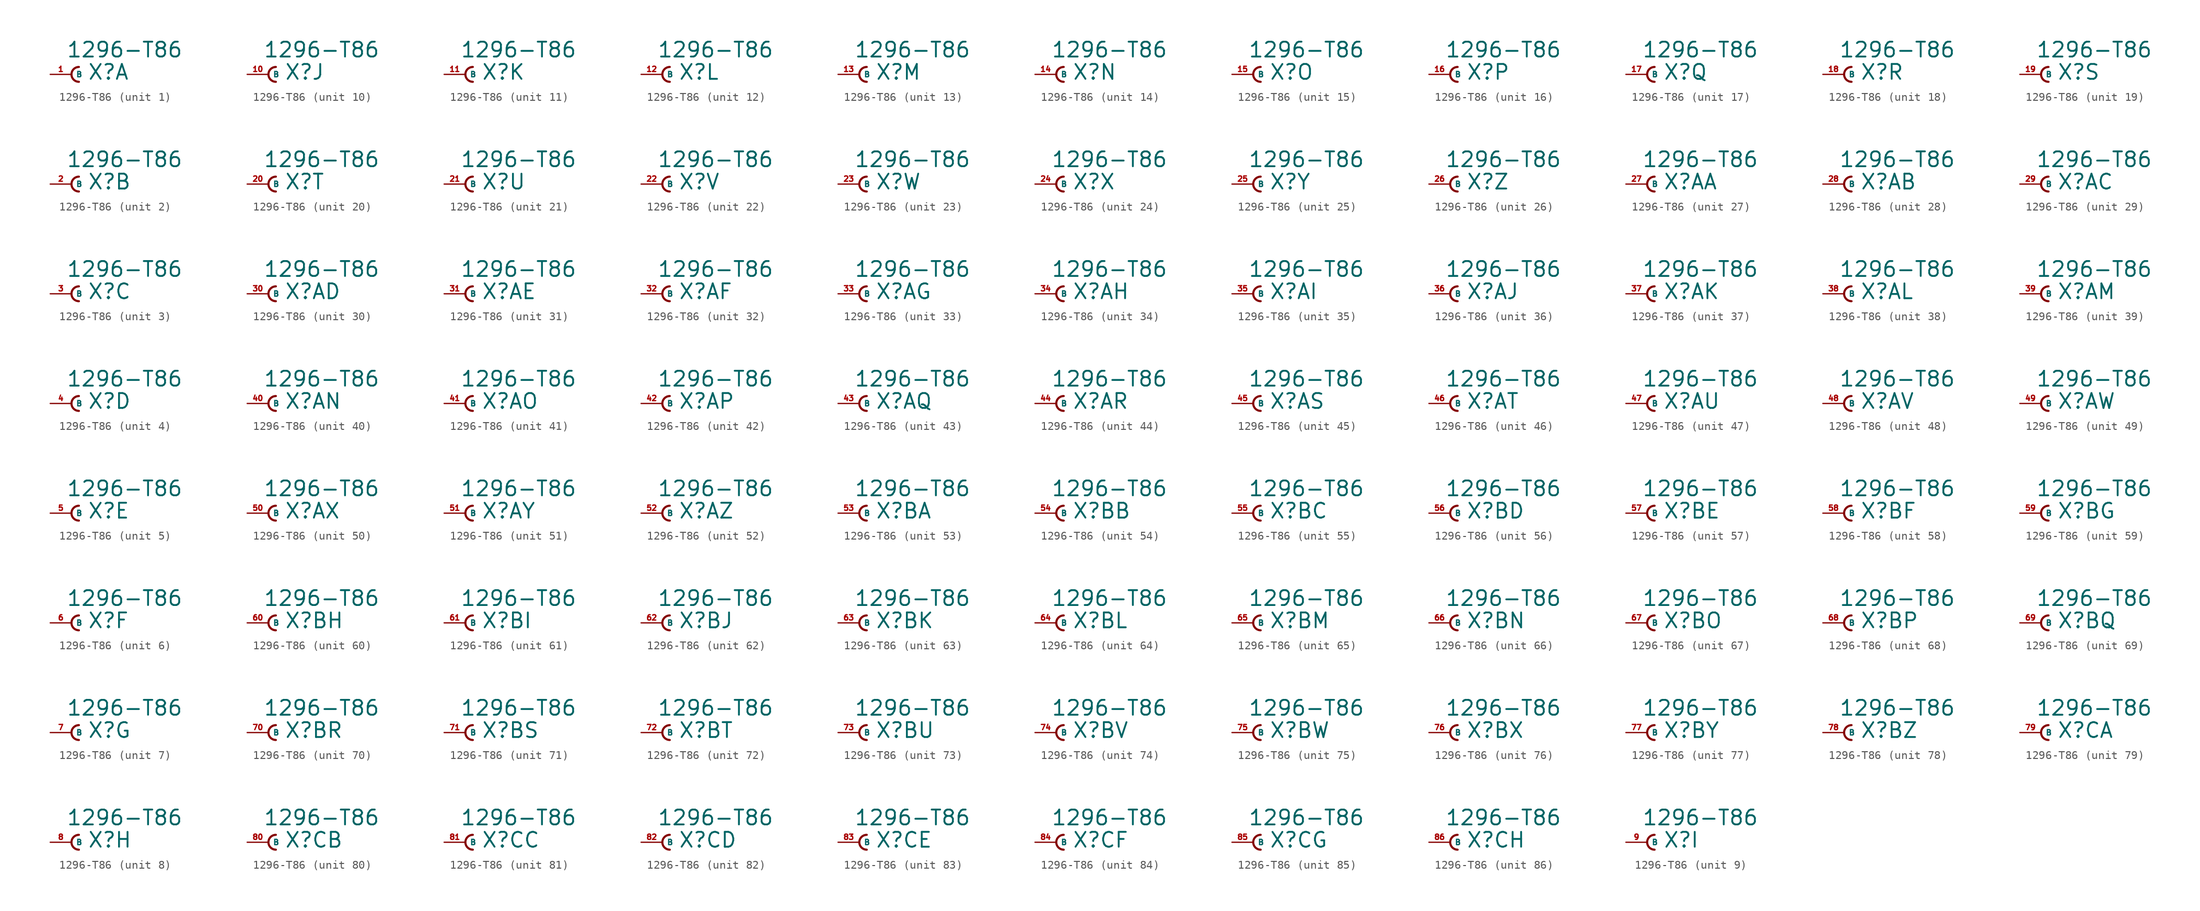
<source format=kicad_sym>
(kicad_symbol_lib
  (version 20220914)
  (generator Eagle2Kicad)
  (symbol "1296-T86"
    (property "Reference" "X"
      (at 1.905 -0.762 0)
      (effects (font (size 1.778 1.778) (thickness 0.22)) (justify left bottom)))
    (property "Value" "1296-T86"
      (at -0.635 1.905 0)
      (effects (font (size 1.778 1.778) (thickness 0.22)) (justify left bottom)))
    (symbol "1296-T86_1_0"
      (arc (start 0.889 0.889) (mid 0.000 0.000) (end 0.889 -0.889) (stroke (width 0.254) (type default)) (fill (type none)))
      (pin passive line (at -2.54 0 0) (length 2.54) (name "B" (effects (font (size 0.635 0.635) (thickness 0.08)) (justify left bottom))) (number "1" (effects (font (size 0.635 0.635) (thickness 0.08)) (justify left bottom)))))
    (symbol "1296-T86_2_0"
      (arc (start 0.889 0.889) (mid 0.000 0.000) (end 0.889 -0.889) (stroke (width 0.254) (type default)) (fill (type none)))
      (pin passive line (at -2.54 0 0) (length 2.54) (name "B" (effects (font (size 0.635 0.635) (thickness 0.08)) (justify left bottom))) (number "2" (effects (font (size 0.635 0.635) (thickness 0.08)) (justify left bottom)))))
    (symbol "1296-T86_3_0"
      (arc (start 0.889 0.889) (mid 0.000 0.000) (end 0.889 -0.889) (stroke (width 0.254) (type default)) (fill (type none)))
      (pin passive line (at -2.54 0 0) (length 2.54) (name "B" (effects (font (size 0.635 0.635) (thickness 0.08)) (justify left bottom))) (number "3" (effects (font (size 0.635 0.635) (thickness 0.08)) (justify left bottom)))))
    (symbol "1296-T86_4_0"
      (arc (start 0.889 0.889) (mid 0.000 0.000) (end 0.889 -0.889) (stroke (width 0.254) (type default)) (fill (type none)))
      (pin passive line (at -2.54 0 0) (length 2.54) (name "B" (effects (font (size 0.635 0.635) (thickness 0.08)) (justify left bottom))) (number "4" (effects (font (size 0.635 0.635) (thickness 0.08)) (justify left bottom)))))
    (symbol "1296-T86_5_0"
      (arc (start 0.889 0.889) (mid 0.000 0.000) (end 0.889 -0.889) (stroke (width 0.254) (type default)) (fill (type none)))
      (pin passive line (at -2.54 0 0) (length 2.54) (name "B" (effects (font (size 0.635 0.635) (thickness 0.08)) (justify left bottom))) (number "5" (effects (font (size 0.635 0.635) (thickness 0.08)) (justify left bottom)))))
    (symbol "1296-T86_6_0"
      (arc (start 0.889 0.889) (mid 0.000 0.000) (end 0.889 -0.889) (stroke (width 0.254) (type default)) (fill (type none)))
      (pin passive line (at -2.54 0 0) (length 2.54) (name "B" (effects (font (size 0.635 0.635) (thickness 0.08)) (justify left bottom))) (number "6" (effects (font (size 0.635 0.635) (thickness 0.08)) (justify left bottom)))))
    (symbol "1296-T86_7_0"
      (arc (start 0.889 0.889) (mid 0.000 0.000) (end 0.889 -0.889) (stroke (width 0.254) (type default)) (fill (type none)))
      (pin passive line (at -2.54 0 0) (length 2.54) (name "B" (effects (font (size 0.635 0.635) (thickness 0.08)) (justify left bottom))) (number "7" (effects (font (size 0.635 0.635) (thickness 0.08)) (justify left bottom)))))
    (symbol "1296-T86_8_0"
      (arc (start 0.889 0.889) (mid 0.000 0.000) (end 0.889 -0.889) (stroke (width 0.254) (type default)) (fill (type none)))
      (pin passive line (at -2.54 0 0) (length 2.54) (name "B" (effects (font (size 0.635 0.635) (thickness 0.08)) (justify left bottom))) (number "8" (effects (font (size 0.635 0.635) (thickness 0.08)) (justify left bottom)))))
    (symbol "1296-T86_9_0"
      (arc (start 0.889 0.889) (mid 0.000 0.000) (end 0.889 -0.889) (stroke (width 0.254) (type default)) (fill (type none)))
      (pin passive line (at -2.54 0 0) (length 2.54) (name "B" (effects (font (size 0.635 0.635) (thickness 0.08)) (justify left bottom))) (number "9" (effects (font (size 0.635 0.635) (thickness 0.08)) (justify left bottom)))))
    (symbol "1296-T86_10_0"
      (arc (start 0.889 0.889) (mid 0.000 0.000) (end 0.889 -0.889) (stroke (width 0.254) (type default)) (fill (type none)))
      (pin passive line (at -2.54 0 0) (length 2.54) (name "B" (effects (font (size 0.635 0.635) (thickness 0.08)) (justify left bottom))) (number "10" (effects (font (size 0.635 0.635) (thickness 0.08)) (justify left bottom)))))
    (symbol "1296-T86_11_0"
      (arc (start 0.889 0.889) (mid 0.000 0.000) (end 0.889 -0.889) (stroke (width 0.254) (type default)) (fill (type none)))
      (pin passive line (at -2.54 0 0) (length 2.54) (name "B" (effects (font (size 0.635 0.635) (thickness 0.08)) (justify left bottom))) (number "11" (effects (font (size 0.635 0.635) (thickness 0.08)) (justify left bottom)))))
    (symbol "1296-T86_12_0"
      (arc (start 0.889 0.889) (mid 0.000 0.000) (end 0.889 -0.889) (stroke (width 0.254) (type default)) (fill (type none)))
      (pin passive line (at -2.54 0 0) (length 2.54) (name "B" (effects (font (size 0.635 0.635) (thickness 0.08)) (justify left bottom))) (number "12" (effects (font (size 0.635 0.635) (thickness 0.08)) (justify left bottom)))))
    (symbol "1296-T86_13_0"
      (arc (start 0.889 0.889) (mid 0.000 0.000) (end 0.889 -0.889) (stroke (width 0.254) (type default)) (fill (type none)))
      (pin passive line (at -2.54 0 0) (length 2.54) (name "B" (effects (font (size 0.635 0.635) (thickness 0.08)) (justify left bottom))) (number "13" (effects (font (size 0.635 0.635) (thickness 0.08)) (justify left bottom)))))
    (symbol "1296-T86_14_0"
      (arc (start 0.889 0.889) (mid 0.000 0.000) (end 0.889 -0.889) (stroke (width 0.254) (type default)) (fill (type none)))
      (pin passive line (at -2.54 0 0) (length 2.54) (name "B" (effects (font (size 0.635 0.635) (thickness 0.08)) (justify left bottom))) (number "14" (effects (font (size 0.635 0.635) (thickness 0.08)) (justify left bottom)))))
    (symbol "1296-T86_15_0"
      (arc (start 0.889 0.889) (mid 0.000 0.000) (end 0.889 -0.889) (stroke (width 0.254) (type default)) (fill (type none)))
      (pin passive line (at -2.54 0 0) (length 2.54) (name "B" (effects (font (size 0.635 0.635) (thickness 0.08)) (justify left bottom))) (number "15" (effects (font (size 0.635 0.635) (thickness 0.08)) (justify left bottom)))))
    (symbol "1296-T86_16_0"
      (arc (start 0.889 0.889) (mid 0.000 0.000) (end 0.889 -0.889) (stroke (width 0.254) (type default)) (fill (type none)))
      (pin passive line (at -2.54 0 0) (length 2.54) (name "B" (effects (font (size 0.635 0.635) (thickness 0.08)) (justify left bottom))) (number "16" (effects (font (size 0.635 0.635) (thickness 0.08)) (justify left bottom)))))
    (symbol "1296-T86_17_0"
      (arc (start 0.889 0.889) (mid 0.000 0.000) (end 0.889 -0.889) (stroke (width 0.254) (type default)) (fill (type none)))
      (pin passive line (at -2.54 0 0) (length 2.54) (name "B" (effects (font (size 0.635 0.635) (thickness 0.08)) (justify left bottom))) (number "17" (effects (font (size 0.635 0.635) (thickness 0.08)) (justify left bottom)))))
    (symbol "1296-T86_18_0"
      (arc (start 0.889 0.889) (mid 0.000 0.000) (end 0.889 -0.889) (stroke (width 0.254) (type default)) (fill (type none)))
      (pin passive line (at -2.54 0 0) (length 2.54) (name "B" (effects (font (size 0.635 0.635) (thickness 0.08)) (justify left bottom))) (number "18" (effects (font (size 0.635 0.635) (thickness 0.08)) (justify left bottom)))))
    (symbol "1296-T86_19_0"
      (arc (start 0.889 0.889) (mid 0.000 0.000) (end 0.889 -0.889) (stroke (width 0.254) (type default)) (fill (type none)))
      (pin passive line (at -2.54 0 0) (length 2.54) (name "B" (effects (font (size 0.635 0.635) (thickness 0.08)) (justify left bottom))) (number "19" (effects (font (size 0.635 0.635) (thickness 0.08)) (justify left bottom)))))
    (symbol "1296-T86_20_0"
      (arc (start 0.889 0.889) (mid 0.000 0.000) (end 0.889 -0.889) (stroke (width 0.254) (type default)) (fill (type none)))
      (pin passive line (at -2.54 0 0) (length 2.54) (name "B" (effects (font (size 0.635 0.635) (thickness 0.08)) (justify left bottom))) (number "20" (effects (font (size 0.635 0.635) (thickness 0.08)) (justify left bottom)))))
    (symbol "1296-T86_21_0"
      (arc (start 0.889 0.889) (mid 0.000 0.000) (end 0.889 -0.889) (stroke (width 0.254) (type default)) (fill (type none)))
      (pin passive line (at -2.54 0 0) (length 2.54) (name "B" (effects (font (size 0.635 0.635) (thickness 0.08)) (justify left bottom))) (number "21" (effects (font (size 0.635 0.635) (thickness 0.08)) (justify left bottom)))))
    (symbol "1296-T86_22_0"
      (arc (start 0.889 0.889) (mid 0.000 0.000) (end 0.889 -0.889) (stroke (width 0.254) (type default)) (fill (type none)))
      (pin passive line (at -2.54 0 0) (length 2.54) (name "B" (effects (font (size 0.635 0.635) (thickness 0.08)) (justify left bottom))) (number "22" (effects (font (size 0.635 0.635) (thickness 0.08)) (justify left bottom)))))
    (symbol "1296-T86_23_0"
      (arc (start 0.889 0.889) (mid 0.000 0.000) (end 0.889 -0.889) (stroke (width 0.254) (type default)) (fill (type none)))
      (pin passive line (at -2.54 0 0) (length 2.54) (name "B" (effects (font (size 0.635 0.635) (thickness 0.08)) (justify left bottom))) (number "23" (effects (font (size 0.635 0.635) (thickness 0.08)) (justify left bottom)))))
    (symbol "1296-T86_24_0"
      (arc (start 0.889 0.889) (mid 0.000 0.000) (end 0.889 -0.889) (stroke (width 0.254) (type default)) (fill (type none)))
      (pin passive line (at -2.54 0 0) (length 2.54) (name "B" (effects (font (size 0.635 0.635) (thickness 0.08)) (justify left bottom))) (number "24" (effects (font (size 0.635 0.635) (thickness 0.08)) (justify left bottom)))))
    (symbol "1296-T86_25_0"
      (arc (start 0.889 0.889) (mid 0.000 0.000) (end 0.889 -0.889) (stroke (width 0.254) (type default)) (fill (type none)))
      (pin passive line (at -2.54 0 0) (length 2.54) (name "B" (effects (font (size 0.635 0.635) (thickness 0.08)) (justify left bottom))) (number "25" (effects (font (size 0.635 0.635) (thickness 0.08)) (justify left bottom)))))
    (symbol "1296-T86_26_0"
      (arc (start 0.889 0.889) (mid 0.000 0.000) (end 0.889 -0.889) (stroke (width 0.254) (type default)) (fill (type none)))
      (pin passive line (at -2.54 0 0) (length 2.54) (name "B" (effects (font (size 0.635 0.635) (thickness 0.08)) (justify left bottom))) (number "26" (effects (font (size 0.635 0.635) (thickness 0.08)) (justify left bottom)))))
    (symbol "1296-T86_27_0"
      (arc (start 0.889 0.889) (mid 0.000 0.000) (end 0.889 -0.889) (stroke (width 0.254) (type default)) (fill (type none)))
      (pin passive line (at -2.54 0 0) (length 2.54) (name "B" (effects (font (size 0.635 0.635) (thickness 0.08)) (justify left bottom))) (number "27" (effects (font (size 0.635 0.635) (thickness 0.08)) (justify left bottom)))))
    (symbol "1296-T86_28_0"
      (arc (start 0.889 0.889) (mid 0.000 0.000) (end 0.889 -0.889) (stroke (width 0.254) (type default)) (fill (type none)))
      (pin passive line (at -2.54 0 0) (length 2.54) (name "B" (effects (font (size 0.635 0.635) (thickness 0.08)) (justify left bottom))) (number "28" (effects (font (size 0.635 0.635) (thickness 0.08)) (justify left bottom)))))
    (symbol "1296-T86_29_0"
      (arc (start 0.889 0.889) (mid 0.000 0.000) (end 0.889 -0.889) (stroke (width 0.254) (type default)) (fill (type none)))
      (pin passive line (at -2.54 0 0) (length 2.54) (name "B" (effects (font (size 0.635 0.635) (thickness 0.08)) (justify left bottom))) (number "29" (effects (font (size 0.635 0.635) (thickness 0.08)) (justify left bottom)))))
    (symbol "1296-T86_30_0"
      (arc (start 0.889 0.889) (mid 0.000 0.000) (end 0.889 -0.889) (stroke (width 0.254) (type default)) (fill (type none)))
      (pin passive line (at -2.54 0 0) (length 2.54) (name "B" (effects (font (size 0.635 0.635) (thickness 0.08)) (justify left bottom))) (number "30" (effects (font (size 0.635 0.635) (thickness 0.08)) (justify left bottom)))))
    (symbol "1296-T86_31_0"
      (arc (start 0.889 0.889) (mid 0.000 0.000) (end 0.889 -0.889) (stroke (width 0.254) (type default)) (fill (type none)))
      (pin passive line (at -2.54 0 0) (length 2.54) (name "B" (effects (font (size 0.635 0.635) (thickness 0.08)) (justify left bottom))) (number "31" (effects (font (size 0.635 0.635) (thickness 0.08)) (justify left bottom)))))
    (symbol "1296-T86_32_0"
      (arc (start 0.889 0.889) (mid 0.000 0.000) (end 0.889 -0.889) (stroke (width 0.254) (type default)) (fill (type none)))
      (pin passive line (at -2.54 0 0) (length 2.54) (name "B" (effects (font (size 0.635 0.635) (thickness 0.08)) (justify left bottom))) (number "32" (effects (font (size 0.635 0.635) (thickness 0.08)) (justify left bottom)))))
    (symbol "1296-T86_33_0"
      (arc (start 0.889 0.889) (mid 0.000 0.000) (end 0.889 -0.889) (stroke (width 0.254) (type default)) (fill (type none)))
      (pin passive line (at -2.54 0 0) (length 2.54) (name "B" (effects (font (size 0.635 0.635) (thickness 0.08)) (justify left bottom))) (number "33" (effects (font (size 0.635 0.635) (thickness 0.08)) (justify left bottom)))))
    (symbol "1296-T86_34_0"
      (arc (start 0.889 0.889) (mid 0.000 0.000) (end 0.889 -0.889) (stroke (width 0.254) (type default)) (fill (type none)))
      (pin passive line (at -2.54 0 0) (length 2.54) (name "B" (effects (font (size 0.635 0.635) (thickness 0.08)) (justify left bottom))) (number "34" (effects (font (size 0.635 0.635) (thickness 0.08)) (justify left bottom)))))
    (symbol "1296-T86_35_0"
      (arc (start 0.889 0.889) (mid 0.000 0.000) (end 0.889 -0.889) (stroke (width 0.254) (type default)) (fill (type none)))
      (pin passive line (at -2.54 0 0) (length 2.54) (name "B" (effects (font (size 0.635 0.635) (thickness 0.08)) (justify left bottom))) (number "35" (effects (font (size 0.635 0.635) (thickness 0.08)) (justify left bottom)))))
    (symbol "1296-T86_36_0"
      (arc (start 0.889 0.889) (mid 0.000 0.000) (end 0.889 -0.889) (stroke (width 0.254) (type default)) (fill (type none)))
      (pin passive line (at -2.54 0 0) (length 2.54) (name "B" (effects (font (size 0.635 0.635) (thickness 0.08)) (justify left bottom))) (number "36" (effects (font (size 0.635 0.635) (thickness 0.08)) (justify left bottom)))))
    (symbol "1296-T86_37_0"
      (arc (start 0.889 0.889) (mid 0.000 0.000) (end 0.889 -0.889) (stroke (width 0.254) (type default)) (fill (type none)))
      (pin passive line (at -2.54 0 0) (length 2.54) (name "B" (effects (font (size 0.635 0.635) (thickness 0.08)) (justify left bottom))) (number "37" (effects (font (size 0.635 0.635) (thickness 0.08)) (justify left bottom)))))
    (symbol "1296-T86_38_0"
      (arc (start 0.889 0.889) (mid 0.000 0.000) (end 0.889 -0.889) (stroke (width 0.254) (type default)) (fill (type none)))
      (pin passive line (at -2.54 0 0) (length 2.54) (name "B" (effects (font (size 0.635 0.635) (thickness 0.08)) (justify left bottom))) (number "38" (effects (font (size 0.635 0.635) (thickness 0.08)) (justify left bottom)))))
    (symbol "1296-T86_39_0"
      (arc (start 0.889 0.889) (mid 0.000 0.000) (end 0.889 -0.889) (stroke (width 0.254) (type default)) (fill (type none)))
      (pin passive line (at -2.54 0 0) (length 2.54) (name "B" (effects (font (size 0.635 0.635) (thickness 0.08)) (justify left bottom))) (number "39" (effects (font (size 0.635 0.635) (thickness 0.08)) (justify left bottom)))))
    (symbol "1296-T86_40_0"
      (arc (start 0.889 0.889) (mid 0.000 0.000) (end 0.889 -0.889) (stroke (width 0.254) (type default)) (fill (type none)))
      (pin passive line (at -2.54 0 0) (length 2.54) (name "B" (effects (font (size 0.635 0.635) (thickness 0.08)) (justify left bottom))) (number "40" (effects (font (size 0.635 0.635) (thickness 0.08)) (justify left bottom)))))
    (symbol "1296-T86_41_0"
      (arc (start 0.889 0.889) (mid 0.000 0.000) (end 0.889 -0.889) (stroke (width 0.254) (type default)) (fill (type none)))
      (pin passive line (at -2.54 0 0) (length 2.54) (name "B" (effects (font (size 0.635 0.635) (thickness 0.08)) (justify left bottom))) (number "41" (effects (font (size 0.635 0.635) (thickness 0.08)) (justify left bottom)))))
    (symbol "1296-T86_42_0"
      (arc (start 0.889 0.889) (mid 0.000 0.000) (end 0.889 -0.889) (stroke (width 0.254) (type default)) (fill (type none)))
      (pin passive line (at -2.54 0 0) (length 2.54) (name "B" (effects (font (size 0.635 0.635) (thickness 0.08)) (justify left bottom))) (number "42" (effects (font (size 0.635 0.635) (thickness 0.08)) (justify left bottom)))))
    (symbol "1296-T86_43_0"
      (arc (start 0.889 0.889) (mid 0.000 0.000) (end 0.889 -0.889) (stroke (width 0.254) (type default)) (fill (type none)))
      (pin passive line (at -2.54 0 0) (length 2.54) (name "B" (effects (font (size 0.635 0.635) (thickness 0.08)) (justify left bottom))) (number "43" (effects (font (size 0.635 0.635) (thickness 0.08)) (justify left bottom)))))
    (symbol "1296-T86_44_0"
      (arc (start 0.889 0.889) (mid 0.000 0.000) (end 0.889 -0.889) (stroke (width 0.254) (type default)) (fill (type none)))
      (pin passive line (at -2.54 0 0) (length 2.54) (name "B" (effects (font (size 0.635 0.635) (thickness 0.08)) (justify left bottom))) (number "44" (effects (font (size 0.635 0.635) (thickness 0.08)) (justify left bottom)))))
    (symbol "1296-T86_45_0"
      (arc (start 0.889 0.889) (mid 0.000 0.000) (end 0.889 -0.889) (stroke (width 0.254) (type default)) (fill (type none)))
      (pin passive line (at -2.54 0 0) (length 2.54) (name "B" (effects (font (size 0.635 0.635) (thickness 0.08)) (justify left bottom))) (number "45" (effects (font (size 0.635 0.635) (thickness 0.08)) (justify left bottom)))))
    (symbol "1296-T86_46_0"
      (arc (start 0.889 0.889) (mid 0.000 0.000) (end 0.889 -0.889) (stroke (width 0.254) (type default)) (fill (type none)))
      (pin passive line (at -2.54 0 0) (length 2.54) (name "B" (effects (font (size 0.635 0.635) (thickness 0.08)) (justify left bottom))) (number "46" (effects (font (size 0.635 0.635) (thickness 0.08)) (justify left bottom)))))
    (symbol "1296-T86_47_0"
      (arc (start 0.889 0.889) (mid 0.000 0.000) (end 0.889 -0.889) (stroke (width 0.254) (type default)) (fill (type none)))
      (pin passive line (at -2.54 0 0) (length 2.54) (name "B" (effects (font (size 0.635 0.635) (thickness 0.08)) (justify left bottom))) (number "47" (effects (font (size 0.635 0.635) (thickness 0.08)) (justify left bottom)))))
    (symbol "1296-T86_48_0"
      (arc (start 0.889 0.889) (mid 0.000 0.000) (end 0.889 -0.889) (stroke (width 0.254) (type default)) (fill (type none)))
      (pin passive line (at -2.54 0 0) (length 2.54) (name "B" (effects (font (size 0.635 0.635) (thickness 0.08)) (justify left bottom))) (number "48" (effects (font (size 0.635 0.635) (thickness 0.08)) (justify left bottom)))))
    (symbol "1296-T86_49_0"
      (arc (start 0.889 0.889) (mid 0.000 0.000) (end 0.889 -0.889) (stroke (width 0.254) (type default)) (fill (type none)))
      (pin passive line (at -2.54 0 0) (length 2.54) (name "B" (effects (font (size 0.635 0.635) (thickness 0.08)) (justify left bottom))) (number "49" (effects (font (size 0.635 0.635) (thickness 0.08)) (justify left bottom)))))
    (symbol "1296-T86_50_0"
      (arc (start 0.889 0.889) (mid 0.000 0.000) (end 0.889 -0.889) (stroke (width 0.254) (type default)) (fill (type none)))
      (pin passive line (at -2.54 0 0) (length 2.54) (name "B" (effects (font (size 0.635 0.635) (thickness 0.08)) (justify left bottom))) (number "50" (effects (font (size 0.635 0.635) (thickness 0.08)) (justify left bottom)))))
    (symbol "1296-T86_51_0"
      (arc (start 0.889 0.889) (mid 0.000 0.000) (end 0.889 -0.889) (stroke (width 0.254) (type default)) (fill (type none)))
      (pin passive line (at -2.54 0 0) (length 2.54) (name "B" (effects (font (size 0.635 0.635) (thickness 0.08)) (justify left bottom))) (number "51" (effects (font (size 0.635 0.635) (thickness 0.08)) (justify left bottom)))))
    (symbol "1296-T86_52_0"
      (arc (start 0.889 0.889) (mid 0.000 0.000) (end 0.889 -0.889) (stroke (width 0.254) (type default)) (fill (type none)))
      (pin passive line (at -2.54 0 0) (length 2.54) (name "B" (effects (font (size 0.635 0.635) (thickness 0.08)) (justify left bottom))) (number "52" (effects (font (size 0.635 0.635) (thickness 0.08)) (justify left bottom)))))
    (symbol "1296-T86_53_0"
      (arc (start 0.889 0.889) (mid 0.000 0.000) (end 0.889 -0.889) (stroke (width 0.254) (type default)) (fill (type none)))
      (pin passive line (at -2.54 0 0) (length 2.54) (name "B" (effects (font (size 0.635 0.635) (thickness 0.08)) (justify left bottom))) (number "53" (effects (font (size 0.635 0.635) (thickness 0.08)) (justify left bottom)))))
    (symbol "1296-T86_54_0"
      (arc (start 0.889 0.889) (mid 0.000 0.000) (end 0.889 -0.889) (stroke (width 0.254) (type default)) (fill (type none)))
      (pin passive line (at -2.54 0 0) (length 2.54) (name "B" (effects (font (size 0.635 0.635) (thickness 0.08)) (justify left bottom))) (number "54" (effects (font (size 0.635 0.635) (thickness 0.08)) (justify left bottom)))))
    (symbol "1296-T86_55_0"
      (arc (start 0.889 0.889) (mid 0.000 0.000) (end 0.889 -0.889) (stroke (width 0.254) (type default)) (fill (type none)))
      (pin passive line (at -2.54 0 0) (length 2.54) (name "B" (effects (font (size 0.635 0.635) (thickness 0.08)) (justify left bottom))) (number "55" (effects (font (size 0.635 0.635) (thickness 0.08)) (justify left bottom)))))
    (symbol "1296-T86_56_0"
      (arc (start 0.889 0.889) (mid 0.000 0.000) (end 0.889 -0.889) (stroke (width 0.254) (type default)) (fill (type none)))
      (pin passive line (at -2.54 0 0) (length 2.54) (name "B" (effects (font (size 0.635 0.635) (thickness 0.08)) (justify left bottom))) (number "56" (effects (font (size 0.635 0.635) (thickness 0.08)) (justify left bottom)))))
    (symbol "1296-T86_57_0"
      (arc (start 0.889 0.889) (mid 0.000 0.000) (end 0.889 -0.889) (stroke (width 0.254) (type default)) (fill (type none)))
      (pin passive line (at -2.54 0 0) (length 2.54) (name "B" (effects (font (size 0.635 0.635) (thickness 0.08)) (justify left bottom))) (number "57" (effects (font (size 0.635 0.635) (thickness 0.08)) (justify left bottom)))))
    (symbol "1296-T86_58_0"
      (arc (start 0.889 0.889) (mid 0.000 0.000) (end 0.889 -0.889) (stroke (width 0.254) (type default)) (fill (type none)))
      (pin passive line (at -2.54 0 0) (length 2.54) (name "B" (effects (font (size 0.635 0.635) (thickness 0.08)) (justify left bottom))) (number "58" (effects (font (size 0.635 0.635) (thickness 0.08)) (justify left bottom)))))
    (symbol "1296-T86_59_0"
      (arc (start 0.889 0.889) (mid 0.000 0.000) (end 0.889 -0.889) (stroke (width 0.254) (type default)) (fill (type none)))
      (pin passive line (at -2.54 0 0) (length 2.54) (name "B" (effects (font (size 0.635 0.635) (thickness 0.08)) (justify left bottom))) (number "59" (effects (font (size 0.635 0.635) (thickness 0.08)) (justify left bottom)))))
    (symbol "1296-T86_60_0"
      (arc (start 0.889 0.889) (mid 0.000 0.000) (end 0.889 -0.889) (stroke (width 0.254) (type default)) (fill (type none)))
      (pin passive line (at -2.54 0 0) (length 2.54) (name "B" (effects (font (size 0.635 0.635) (thickness 0.08)) (justify left bottom))) (number "60" (effects (font (size 0.635 0.635) (thickness 0.08)) (justify left bottom)))))
    (symbol "1296-T86_61_0"
      (arc (start 0.889 0.889) (mid 0.000 0.000) (end 0.889 -0.889) (stroke (width 0.254) (type default)) (fill (type none)))
      (pin passive line (at -2.54 0 0) (length 2.54) (name "B" (effects (font (size 0.635 0.635) (thickness 0.08)) (justify left bottom))) (number "61" (effects (font (size 0.635 0.635) (thickness 0.08)) (justify left bottom)))))
    (symbol "1296-T86_62_0"
      (arc (start 0.889 0.889) (mid 0.000 0.000) (end 0.889 -0.889) (stroke (width 0.254) (type default)) (fill (type none)))
      (pin passive line (at -2.54 0 0) (length 2.54) (name "B" (effects (font (size 0.635 0.635) (thickness 0.08)) (justify left bottom))) (number "62" (effects (font (size 0.635 0.635) (thickness 0.08)) (justify left bottom)))))
    (symbol "1296-T86_63_0"
      (arc (start 0.889 0.889) (mid 0.000 0.000) (end 0.889 -0.889) (stroke (width 0.254) (type default)) (fill (type none)))
      (pin passive line (at -2.54 0 0) (length 2.54) (name "B" (effects (font (size 0.635 0.635) (thickness 0.08)) (justify left bottom))) (number "63" (effects (font (size 0.635 0.635) (thickness 0.08)) (justify left bottom)))))
    (symbol "1296-T86_64_0"
      (arc (start 0.889 0.889) (mid 0.000 0.000) (end 0.889 -0.889) (stroke (width 0.254) (type default)) (fill (type none)))
      (pin passive line (at -2.54 0 0) (length 2.54) (name "B" (effects (font (size 0.635 0.635) (thickness 0.08)) (justify left bottom))) (number "64" (effects (font (size 0.635 0.635) (thickness 0.08)) (justify left bottom)))))
    (symbol "1296-T86_65_0"
      (arc (start 0.889 0.889) (mid 0.000 0.000) (end 0.889 -0.889) (stroke (width 0.254) (type default)) (fill (type none)))
      (pin passive line (at -2.54 0 0) (length 2.54) (name "B" (effects (font (size 0.635 0.635) (thickness 0.08)) (justify left bottom))) (number "65" (effects (font (size 0.635 0.635) (thickness 0.08)) (justify left bottom)))))
    (symbol "1296-T86_66_0"
      (arc (start 0.889 0.889) (mid 0.000 0.000) (end 0.889 -0.889) (stroke (width 0.254) (type default)) (fill (type none)))
      (pin passive line (at -2.54 0 0) (length 2.54) (name "B" (effects (font (size 0.635 0.635) (thickness 0.08)) (justify left bottom))) (number "66" (effects (font (size 0.635 0.635) (thickness 0.08)) (justify left bottom)))))
    (symbol "1296-T86_67_0"
      (arc (start 0.889 0.889) (mid 0.000 0.000) (end 0.889 -0.889) (stroke (width 0.254) (type default)) (fill (type none)))
      (pin passive line (at -2.54 0 0) (length 2.54) (name "B" (effects (font (size 0.635 0.635) (thickness 0.08)) (justify left bottom))) (number "67" (effects (font (size 0.635 0.635) (thickness 0.08)) (justify left bottom)))))
    (symbol "1296-T86_68_0"
      (arc (start 0.889 0.889) (mid 0.000 0.000) (end 0.889 -0.889) (stroke (width 0.254) (type default)) (fill (type none)))
      (pin passive line (at -2.54 0 0) (length 2.54) (name "B" (effects (font (size 0.635 0.635) (thickness 0.08)) (justify left bottom))) (number "68" (effects (font (size 0.635 0.635) (thickness 0.08)) (justify left bottom)))))
    (symbol "1296-T86_69_0"
      (arc (start 0.889 0.889) (mid 0.000 0.000) (end 0.889 -0.889) (stroke (width 0.254) (type default)) (fill (type none)))
      (pin passive line (at -2.54 0 0) (length 2.54) (name "B" (effects (font (size 0.635 0.635) (thickness 0.08)) (justify left bottom))) (number "69" (effects (font (size 0.635 0.635) (thickness 0.08)) (justify left bottom)))))
    (symbol "1296-T86_70_0"
      (arc (start 0.889 0.889) (mid 0.000 0.000) (end 0.889 -0.889) (stroke (width 0.254) (type default)) (fill (type none)))
      (pin passive line (at -2.54 0 0) (length 2.54) (name "B" (effects (font (size 0.635 0.635) (thickness 0.08)) (justify left bottom))) (number "70" (effects (font (size 0.635 0.635) (thickness 0.08)) (justify left bottom)))))
    (symbol "1296-T86_71_0"
      (arc (start 0.889 0.889) (mid 0.000 0.000) (end 0.889 -0.889) (stroke (width 0.254) (type default)) (fill (type none)))
      (pin passive line (at -2.54 0 0) (length 2.54) (name "B" (effects (font (size 0.635 0.635) (thickness 0.08)) (justify left bottom))) (number "71" (effects (font (size 0.635 0.635) (thickness 0.08)) (justify left bottom)))))
    (symbol "1296-T86_72_0"
      (arc (start 0.889 0.889) (mid 0.000 0.000) (end 0.889 -0.889) (stroke (width 0.254) (type default)) (fill (type none)))
      (pin passive line (at -2.54 0 0) (length 2.54) (name "B" (effects (font (size 0.635 0.635) (thickness 0.08)) (justify left bottom))) (number "72" (effects (font (size 0.635 0.635) (thickness 0.08)) (justify left bottom)))))
    (symbol "1296-T86_73_0"
      (arc (start 0.889 0.889) (mid 0.000 0.000) (end 0.889 -0.889) (stroke (width 0.254) (type default)) (fill (type none)))
      (pin passive line (at -2.54 0 0) (length 2.54) (name "B" (effects (font (size 0.635 0.635) (thickness 0.08)) (justify left bottom))) (number "73" (effects (font (size 0.635 0.635) (thickness 0.08)) (justify left bottom)))))
    (symbol "1296-T86_74_0"
      (arc (start 0.889 0.889) (mid 0.000 0.000) (end 0.889 -0.889) (stroke (width 0.254) (type default)) (fill (type none)))
      (pin passive line (at -2.54 0 0) (length 2.54) (name "B" (effects (font (size 0.635 0.635) (thickness 0.08)) (justify left bottom))) (number "74" (effects (font (size 0.635 0.635) (thickness 0.08)) (justify left bottom)))))
    (symbol "1296-T86_75_0"
      (arc (start 0.889 0.889) (mid 0.000 0.000) (end 0.889 -0.889) (stroke (width 0.254) (type default)) (fill (type none)))
      (pin passive line (at -2.54 0 0) (length 2.54) (name "B" (effects (font (size 0.635 0.635) (thickness 0.08)) (justify left bottom))) (number "75" (effects (font (size 0.635 0.635) (thickness 0.08)) (justify left bottom)))))
    (symbol "1296-T86_76_0"
      (arc (start 0.889 0.889) (mid 0.000 0.000) (end 0.889 -0.889) (stroke (width 0.254) (type default)) (fill (type none)))
      (pin passive line (at -2.54 0 0) (length 2.54) (name "B" (effects (font (size 0.635 0.635) (thickness 0.08)) (justify left bottom))) (number "76" (effects (font (size 0.635 0.635) (thickness 0.08)) (justify left bottom)))))
    (symbol "1296-T86_77_0"
      (arc (start 0.889 0.889) (mid 0.000 0.000) (end 0.889 -0.889) (stroke (width 0.254) (type default)) (fill (type none)))
      (pin passive line (at -2.54 0 0) (length 2.54) (name "B" (effects (font (size 0.635 0.635) (thickness 0.08)) (justify left bottom))) (number "77" (effects (font (size 0.635 0.635) (thickness 0.08)) (justify left bottom)))))
    (symbol "1296-T86_78_0"
      (arc (start 0.889 0.889) (mid 0.000 0.000) (end 0.889 -0.889) (stroke (width 0.254) (type default)) (fill (type none)))
      (pin passive line (at -2.54 0 0) (length 2.54) (name "B" (effects (font (size 0.635 0.635) (thickness 0.08)) (justify left bottom))) (number "78" (effects (font (size 0.635 0.635) (thickness 0.08)) (justify left bottom)))))
    (symbol "1296-T86_79_0"
      (arc (start 0.889 0.889) (mid 0.000 0.000) (end 0.889 -0.889) (stroke (width 0.254) (type default)) (fill (type none)))
      (pin passive line (at -2.54 0 0) (length 2.54) (name "B" (effects (font (size 0.635 0.635) (thickness 0.08)) (justify left bottom))) (number "79" (effects (font (size 0.635 0.635) (thickness 0.08)) (justify left bottom)))))
    (symbol "1296-T86_80_0"
      (arc (start 0.889 0.889) (mid 0.000 0.000) (end 0.889 -0.889) (stroke (width 0.254) (type default)) (fill (type none)))
      (pin passive line (at -2.54 0 0) (length 2.54) (name "B" (effects (font (size 0.635 0.635) (thickness 0.08)) (justify left bottom))) (number "80" (effects (font (size 0.635 0.635) (thickness 0.08)) (justify left bottom)))))
    (symbol "1296-T86_81_0"
      (arc (start 0.889 0.889) (mid 0.000 0.000) (end 0.889 -0.889) (stroke (width 0.254) (type default)) (fill (type none)))
      (pin passive line (at -2.54 0 0) (length 2.54) (name "B" (effects (font (size 0.635 0.635) (thickness 0.08)) (justify left bottom))) (number "81" (effects (font (size 0.635 0.635) (thickness 0.08)) (justify left bottom)))))
    (symbol "1296-T86_82_0"
      (arc (start 0.889 0.889) (mid 0.000 0.000) (end 0.889 -0.889) (stroke (width 0.254) (type default)) (fill (type none)))
      (pin passive line (at -2.54 0 0) (length 2.54) (name "B" (effects (font (size 0.635 0.635) (thickness 0.08)) (justify left bottom))) (number "82" (effects (font (size 0.635 0.635) (thickness 0.08)) (justify left bottom)))))
    (symbol "1296-T86_83_0"
      (arc (start 0.889 0.889) (mid 0.000 0.000) (end 0.889 -0.889) (stroke (width 0.254) (type default)) (fill (type none)))
      (pin passive line (at -2.54 0 0) (length 2.54) (name "B" (effects (font (size 0.635 0.635) (thickness 0.08)) (justify left bottom))) (number "83" (effects (font (size 0.635 0.635) (thickness 0.08)) (justify left bottom)))))
    (symbol "1296-T86_84_0"
      (arc (start 0.889 0.889) (mid 0.000 0.000) (end 0.889 -0.889) (stroke (width 0.254) (type default)) (fill (type none)))
      (pin passive line (at -2.54 0 0) (length 2.54) (name "B" (effects (font (size 0.635 0.635) (thickness 0.08)) (justify left bottom))) (number "84" (effects (font (size 0.635 0.635) (thickness 0.08)) (justify left bottom)))))
    (symbol "1296-T86_85_0"
      (arc (start 0.889 0.889) (mid 0.000 0.000) (end 0.889 -0.889) (stroke (width 0.254) (type default)) (fill (type none)))
      (pin passive line (at -2.54 0 0) (length 2.54) (name "B" (effects (font (size 0.635 0.635) (thickness 0.08)) (justify left bottom))) (number "85" (effects (font (size 0.635 0.635) (thickness 0.08)) (justify left bottom)))))
    (symbol "1296-T86_86_0"
      (arc (start 0.889 0.889) (mid 0.000 0.000) (end 0.889 -0.889) (stroke (width 0.254) (type default)) (fill (type none)))
      (pin passive line (at -2.54 0 0) (length 2.54) (name "B" (effects (font (size 0.635 0.635) (thickness 0.08)) (justify left bottom))) (number "86" (effects (font (size 0.635 0.635) (thickness 0.08)) (justify left bottom)))))))
</source>
